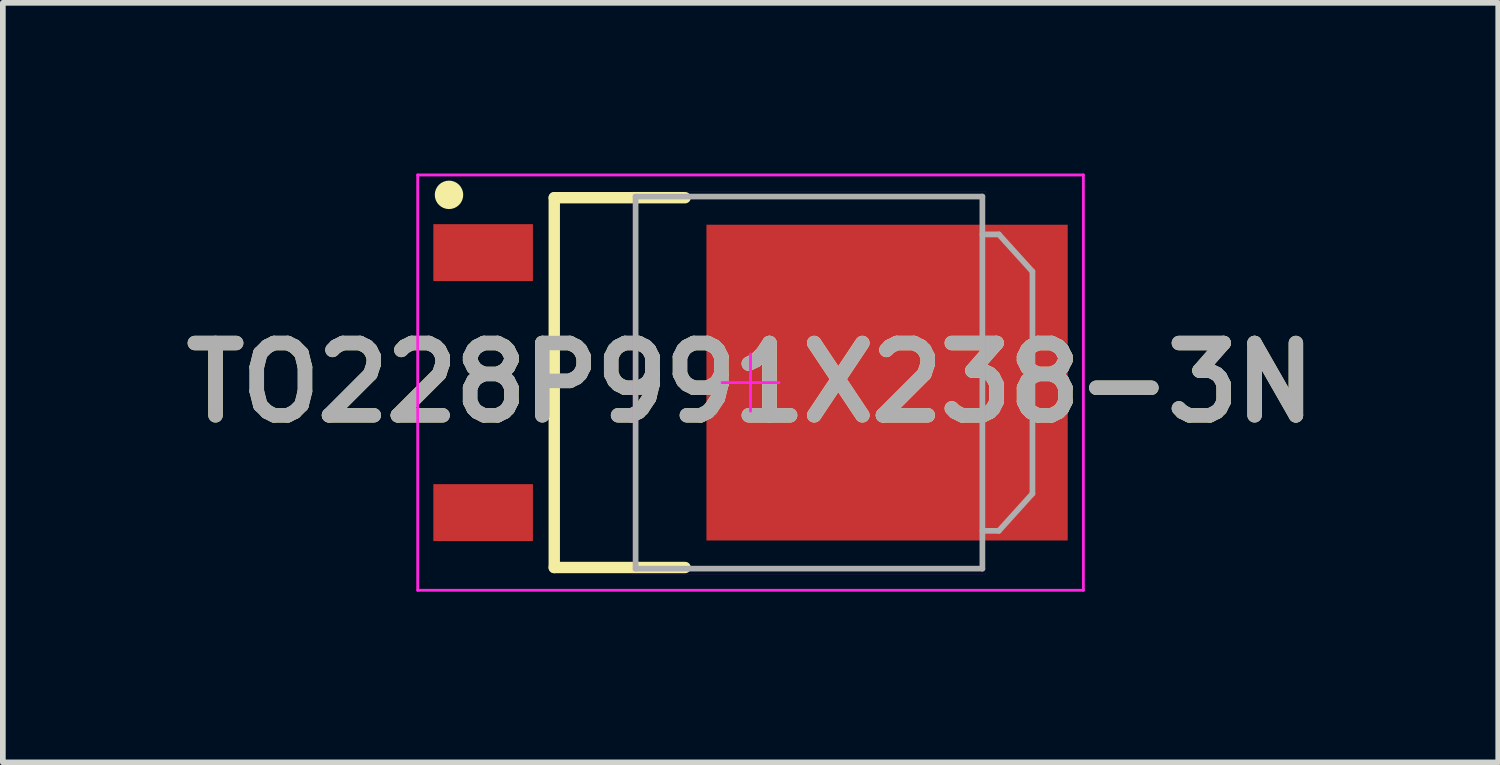
<source format=kicad_pcb>
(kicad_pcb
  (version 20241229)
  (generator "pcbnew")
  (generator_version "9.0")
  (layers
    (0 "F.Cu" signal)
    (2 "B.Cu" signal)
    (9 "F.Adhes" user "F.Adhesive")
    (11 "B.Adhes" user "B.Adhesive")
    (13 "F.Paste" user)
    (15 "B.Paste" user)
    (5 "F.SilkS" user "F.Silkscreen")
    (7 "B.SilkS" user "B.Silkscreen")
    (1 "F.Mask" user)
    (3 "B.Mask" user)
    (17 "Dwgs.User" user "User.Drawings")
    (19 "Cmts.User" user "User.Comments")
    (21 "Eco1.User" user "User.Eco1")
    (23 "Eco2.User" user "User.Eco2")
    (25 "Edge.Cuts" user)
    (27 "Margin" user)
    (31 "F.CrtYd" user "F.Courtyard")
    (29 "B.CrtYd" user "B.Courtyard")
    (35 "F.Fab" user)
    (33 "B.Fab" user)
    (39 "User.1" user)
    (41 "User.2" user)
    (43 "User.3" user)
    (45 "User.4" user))
  (footprint "TO228P991X238-3N"
    (layer "F.Cu")
    (at 10.142 3.675)
    (property "Reference" "TO228P991X238-3N" (at 0 0 0) (layer "F.SilkS") (effects (font (size 1.27 1.27) (thickness 0.254))))
    (attr smd)
    (fp_line (start -3.45 -3.25) (end -1.15 -3.25) (stroke (width 0.2) (type solid)) (layer "F.SilkS"))
    (fp_line (start -3.45 3.25) (end -3.45 -3.25) (stroke (width 0.2) (type solid)) (layer "F.SilkS"))
    (fp_line (start -1.15 3.25) (end -3.45 3.25) (stroke (width 0.2) (type solid)) (layer "F.SilkS"))
    (fp_circle (center -5.3 -3.3) (end -5.3 -3.175) (stroke (width 0.25) (type solid)) (fill no) (layer "F.SilkS"))
    (fp_line (start -5.85 -3.65) (end -5.85 3.65) (stroke (width 0.05) (type solid)) (layer "F.CrtYd"))
    (fp_line (start -5.85 3.65) (end 5.85 3.65) (stroke (width 0.05) (type solid)) (layer "F.CrtYd"))
    (fp_line (start -2.082 -3.365) (end -2.082 3.365) (stroke (width 0.001) (type solid)) (layer "F.CrtYd"))
    (fp_line (start -2.082 3.365) (end 4.138 3.365) (stroke (width 0.001) (type solid)) (layer "F.CrtYd"))
    (fp_line (start -0.5 0) (end 0.5 0) (stroke (width 0.05) (type solid)) (layer "F.CrtYd"))
    (fp_line (start 0 0.5) (end 0 -0.5) (stroke (width 0.05) (type solid)) (layer "F.CrtYd"))
    (fp_line (start 4.138 -3.365) (end -2.082 -3.365) (stroke (width 0.001) (type solid)) (layer "F.CrtYd"))
    (fp_line (start 4.138 3.365) (end 4.138 -3.365) (stroke (width 0.001) (type solid)) (layer "F.CrtYd"))
    (fp_line (start 5.85 -3.65) (end -5.85 -3.65) (stroke (width 0.05) (type solid)) (layer "F.CrtYd"))
    (fp_line (start 5.85 3.65) (end 5.85 -3.65) (stroke (width 0.05) (type solid)) (layer "F.CrtYd"))
    (fp_line (start -2.02 -3.27) (end -2.02 3.27) (stroke (width 0.1) (type solid)) (layer "F.Fab"))
    (fp_line (start -2.02 3.27) (end 4.075 3.27) (stroke (width 0.1) (type solid)) (layer "F.Fab"))
    (fp_line (start 4.075 -3.27) (end -2.02 -3.27) (stroke (width 0.1) (type solid)) (layer "F.Fab"))
    (fp_line (start 4.075 2.605) (end 4.365 2.605) (stroke (width 0.1) (type solid)) (layer "F.Fab"))
    (fp_line (start 4.075 3.27) (end 4.075 -3.27) (stroke (width 0.1) (type solid)) (layer "F.Fab"))
    (fp_line (start 4.365 -2.605) (end 4.075 -2.605) (stroke (width 0.1) (type solid)) (layer "F.Fab"))
    (fp_line (start 4.365 2.605) (end 4.955 1.952) (stroke (width 0.1) (type solid)) (layer "F.Fab"))
    (fp_line (start 4.955 -1.952) (end 4.365 -2.605) (stroke (width 0.1) (type solid)) (layer "F.Fab"))
    (fp_line (start 4.955 1.952) (end 4.955 -1.952) (stroke (width 0.1) (type solid)) (layer "F.Fab"))
    (fp_text user "${REFERENCE}" (at 0 0 0) (layer "F.Fab") (effects (font (size 1.27 1.27) (thickness 0.254))))
    (pad "1" smd rect (at -4.7 -2.285 90) (size 1 1.75) (layers "F.Cu" "F.Mask" "F.Paste"))
    (pad "3" smd rect (at -4.7 2.285 90) (size 1 1.75) (layers "F.Cu" "F.Mask" "F.Paste"))
    (pad "4" smd rect (at 2.4 0 90) (size 5.55 6.35) (layers "F.Cu" "F.Mask" "F.Paste")))
  (gr_rect
    (start -3 -3)
    (end 23.284 10.35)
    (stroke (width 0.1) (type default))
    (fill no)
    (layer "Edge.Cuts")))
</source>
